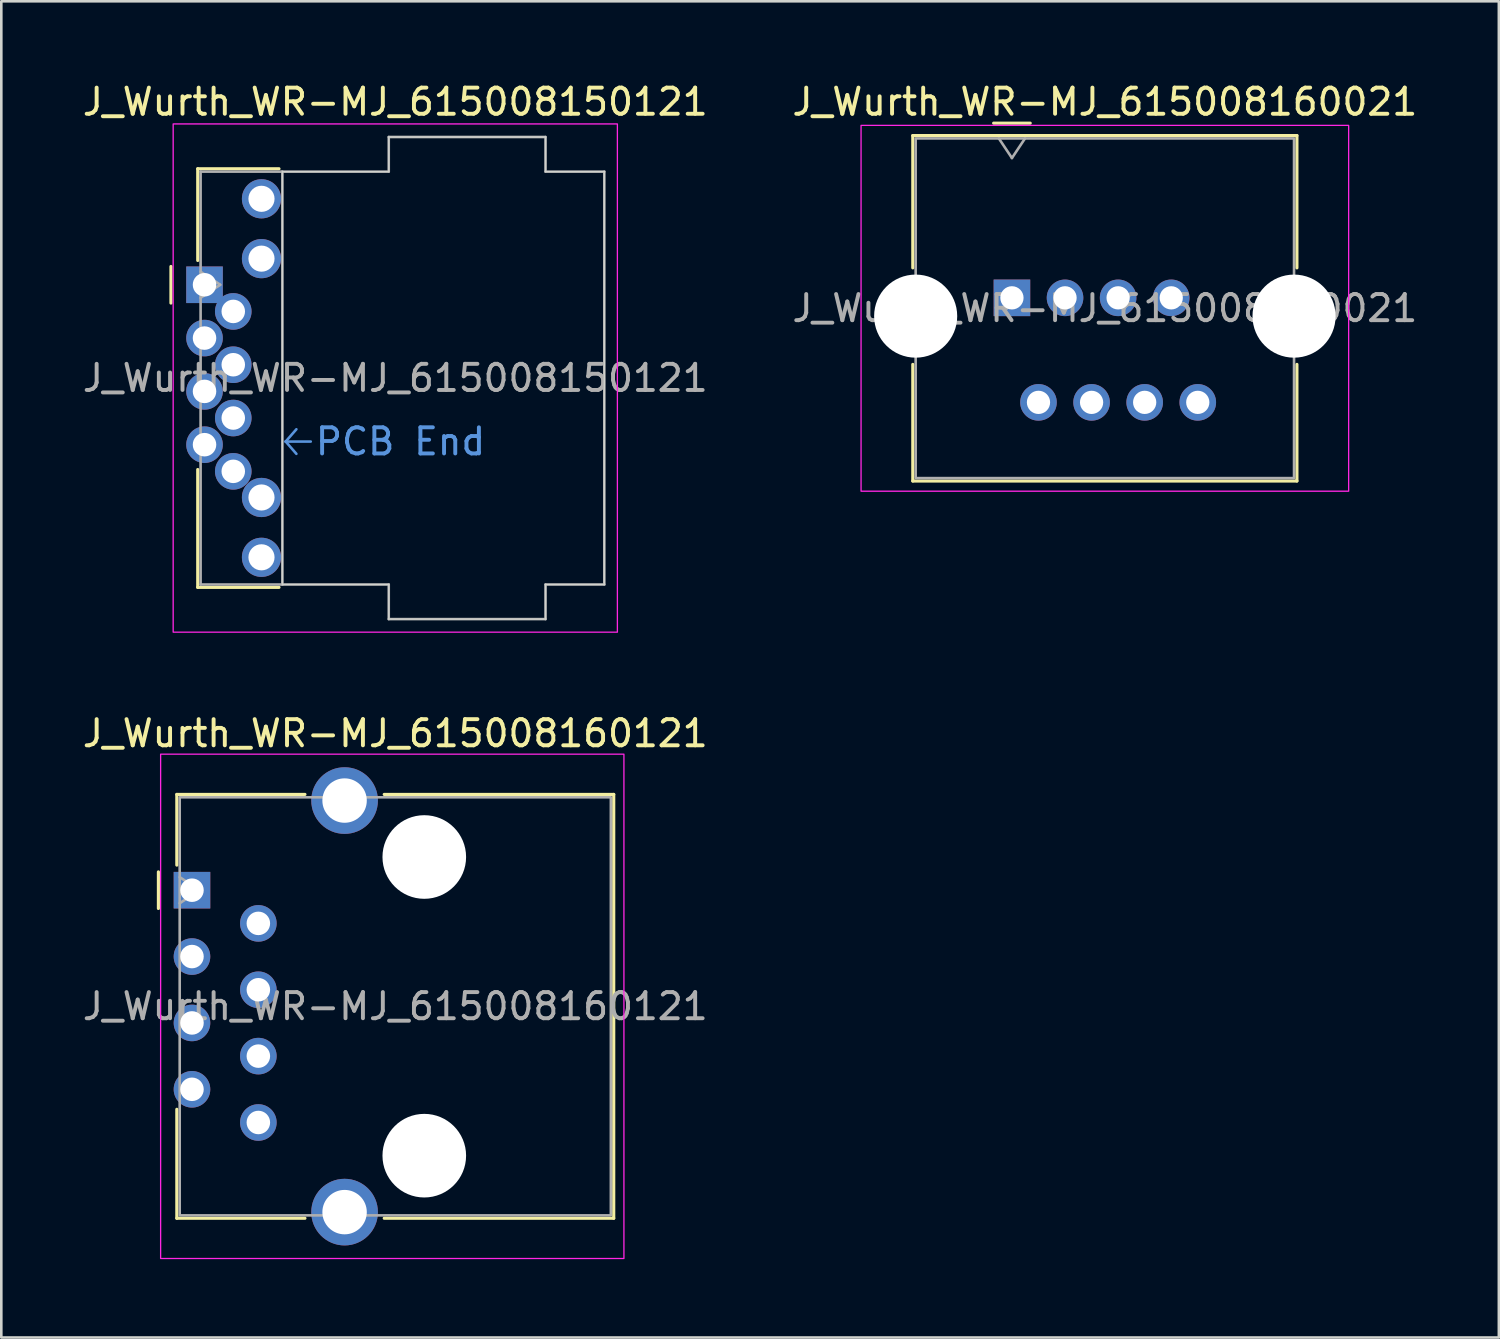
<source format=kicad_pcb>
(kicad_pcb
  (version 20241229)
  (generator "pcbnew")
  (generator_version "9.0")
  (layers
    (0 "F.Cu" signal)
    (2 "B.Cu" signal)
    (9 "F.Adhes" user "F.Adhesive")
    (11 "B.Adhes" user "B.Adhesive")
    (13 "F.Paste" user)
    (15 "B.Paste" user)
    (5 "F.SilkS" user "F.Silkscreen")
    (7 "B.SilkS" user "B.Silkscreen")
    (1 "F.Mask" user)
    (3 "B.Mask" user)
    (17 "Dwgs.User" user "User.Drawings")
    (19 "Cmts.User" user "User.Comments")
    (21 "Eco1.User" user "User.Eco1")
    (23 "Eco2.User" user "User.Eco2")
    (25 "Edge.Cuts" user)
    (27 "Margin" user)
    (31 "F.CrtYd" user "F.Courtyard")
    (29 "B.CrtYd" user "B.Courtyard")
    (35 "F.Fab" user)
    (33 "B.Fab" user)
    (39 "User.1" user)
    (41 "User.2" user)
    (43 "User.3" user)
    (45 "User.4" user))
  (footprint "J_Wurth_WR-MJ_615008160121"
    (layer "F.Cu")
    (at 4.297 31.017)
    (property "Reference" "J_Wurth_WR-MJ_615008160121" (at 7.78 -6 0) (unlocked yes) (layer "F.SilkS") (effects (font (size 1 1) (thickness 0.15))))
    (attr through_hole)
    (fp_line (start -1.285 -0.7) (end -1.285 0.7) (stroke (width 0.12) (type solid)) (layer "F.SilkS"))
    (fp_line (start -0.58 -0.96) (end -0.58 -3.665) (stroke (width 0.12) (type solid)) (layer "F.SilkS"))
    (fp_line (start -0.58 8.385) (end -0.58 12.555) (stroke (width 0.12) (type solid)) (layer "F.SilkS"))
    (fp_line (start 4.323 -3.665) (end -0.58 -3.665) (stroke (width 0.12) (type solid)) (layer "F.SilkS"))
    (fp_line (start 4.323 12.555) (end -0.58 12.555) (stroke (width 0.12) (type solid)) (layer "F.SilkS"))
    (fp_line (start 7.357 -3.665) (end 16.14 -3.665) (stroke (width 0.12) (type solid)) (layer "F.SilkS"))
    (fp_line (start 7.357 12.555) (end 16.14 12.555) (stroke (width 0.12) (type solid)) (layer "F.SilkS"))
    (fp_line (start 16.14 -3.665) (end 16.14 12.555) (stroke (width 0.12) (type solid)) (layer "F.SilkS"))
    (fp_rect (start -1.2 -5.205) (end 16.53 14.095) (stroke (width 0.05) (type solid)) (fill no) (layer "F.CrtYd"))
    (fp_line (start 0.28 0) (end -0.47 -0.5) (stroke (width 0.1) (type solid)) (layer "F.Fab"))
    (fp_line (start 0.28 0) (end -0.47 0.5) (stroke (width 0.1) (type solid)) (layer "F.Fab"))
    (fp_rect (start -0.47 -3.555) (end 16.03 12.445) (stroke (width 0.1) (type solid)) (fill no) (layer "F.Fab"))
    (fp_text user "${REFERENCE}" (at 7.78 4.445 0) (unlocked yes) (layer "F.Fab") (effects (font (size 1 1) (thickness 0.15))))
    (pad "" np_thru_hole circle (at 8.89 -1.27 90) (size 3.2 3.2) (drill 3.2) (layers "*.Cu" "*.Mask"))
    (pad "" np_thru_hole circle (at 8.89 10.16 90) (size 3.2 3.2) (drill 3.2) (layers "*.Cu" "*.Mask"))
    (pad "1" thru_hole rect (at 0 0 90) (size 1.4 1.4) (drill 0.9) (layers "*.Cu" "*.Mask"))
    (pad "2" thru_hole circle (at 2.54 1.27 90) (size 1.4 1.4) (drill 0.9) (layers "*.Cu" "*.Mask"))
    (pad "3" thru_hole circle (at 0 2.54 90) (size 1.4 1.4) (drill 0.9) (layers "*.Cu" "*.Mask"))
    (pad "4" thru_hole circle (at 2.54 3.81 90) (size 1.4 1.4) (drill 0.9) (layers "*.Cu" "*.Mask"))
    (pad "5" thru_hole circle (at 0 5.08 90) (size 1.4 1.4) (drill 0.9) (layers "*.Cu" "*.Mask"))
    (pad "6" thru_hole circle (at 2.54 6.35 90) (size 1.4 1.4) (drill 0.9) (layers "*.Cu" "*.Mask"))
    (pad "7" thru_hole circle (at 0 7.62 90) (size 1.4 1.4) (drill 0.9) (layers "*.Cu" "*.Mask"))
    (pad "8" thru_hole circle (at 2.54 8.89 90) (size 1.4 1.4) (drill 0.9) (layers "*.Cu" "*.Mask"))
    (pad "S1" thru_hole circle (at 5.84 12.32 90) (size 2.55 2.55) (drill 1.7) (layers "*.Cu" "*.Mask"))
    (pad "S2" thru_hole circle (at 5.84 -3.43 90) (size 2.55 2.55) (drill 1.7) (layers "*.Cu" "*.Mask")))
  (footprint "J_Wurth_WR-MJ_615008160021"
    (layer "F.Cu")
    (at 35.676 8.348)
    (property "Reference" "J_Wurth_WR-MJ_615008160021" (at 3.556 -7.5 0) (unlocked yes) (layer "F.SilkS") (effects (font (size 1 1) (thickness 0.15))))
    (attr through_hole)
    (fp_line (start -3.794 -1.147) (end -3.794 -6.21) (stroke (width 0.12) (type solid)) (layer "F.SilkS"))
    (fp_line (start -3.794 -6.21) (end 10.906 -6.21) (stroke (width 0.12) (type solid)) (layer "F.SilkS"))
    (fp_line (start -3.794 2.547) (end -3.794 7.01) (stroke (width 0.12) (type solid)) (layer "F.SilkS"))
    (fp_line (start 0.7 -6.685) (end -0.7 -6.685) (stroke (width 0.12) (type solid)) (layer "F.SilkS"))
    (fp_line (start 10.906 -1.147) (end 10.906 -6.21) (stroke (width 0.12) (type solid)) (layer "F.SilkS"))
    (fp_line (start 10.906 7.01) (end -3.794 7.01) (stroke (width 0.12) (type solid)) (layer "F.SilkS"))
    (fp_line (start 10.906 2.547) (end 10.906 7.01) (stroke (width 0.12) (type solid)) (layer "F.SilkS"))
    (fp_rect (start -5.774 -6.6) (end 12.886 7.4) (stroke (width 0.05) (type solid)) (fill no) (layer "F.CrtYd"))
    (fp_line (start 0 -5.35) (end -0.5 -6.1) (stroke (width 0.1) (type solid)) (layer "F.Fab"))
    (fp_line (start 0 -5.35) (end 0.5 -6.1) (stroke (width 0.1) (type solid)) (layer "F.Fab"))
    (fp_rect (start -3.684 -6.1) (end 10.796 6.9) (stroke (width 0.1) (type solid)) (fill no) (layer "F.Fab"))
    (fp_text user "${REFERENCE}" (at 3.556 0.4 0) (unlocked yes) (layer "F.Fab") (effects (font (size 1 1) (thickness 0.15))))
    (pad "" np_thru_hole circle (at -3.684 0.7 180) (size 3.18 3.18) (drill 3.18) (layers "*.Cu" "*.Mask"))
    (pad "" np_thru_hole circle (at 10.796 0.7 180) (size 3.18 3.18) (drill 3.18) (layers "*.Cu" "*.Mask"))
    (pad "1" thru_hole rect (at 0 0 180) (size 1.4 1.4) (drill 0.89) (layers "*.Cu" "*.Mask"))
    (pad "2" thru_hole circle (at 1.016 4 180) (size 1.4 1.4) (drill 0.89) (layers "*.Cu" "*.Mask"))
    (pad "3" thru_hole circle (at 2.032 0 180) (size 1.4 1.4) (drill 0.89) (layers "*.Cu" "*.Mask"))
    (pad "4" thru_hole circle (at 3.048 4 180) (size 1.4 1.4) (drill 0.89) (layers "*.Cu" "*.Mask"))
    (pad "5" thru_hole circle (at 4.064 0 180) (size 1.4 1.4) (drill 0.89) (layers "*.Cu" "*.Mask"))
    (pad "6" thru_hole circle (at 5.08 4 180) (size 1.4 1.4) (drill 0.89) (layers "*.Cu" "*.Mask"))
    (pad "7" thru_hole circle (at 6.096 0 180) (size 1.4 1.4) (drill 0.89) (layers "*.Cu" "*.Mask"))
    (pad "8" thru_hole circle (at 7.112 4 180) (size 1.4 1.4) (drill 0.89) (layers "*.Cu" "*.Mask")))
  (footprint "J_Wurth_WR-MJ_615008150121"
    (layer "F.Cu")
    (at 4.777 7.848)
    (property "Reference" "J_Wurth_WR-MJ_615008150121" (at 7.3 -7 0) (unlocked yes) (layer "F.SilkS") (effects (font (size 1 1) (thickness 0.15))))
    (attr through_hole)
    (fp_line (start -1.285 -0.7) (end -1.285 0.7) (stroke (width 0.12) (type solid)) (layer "F.SilkS"))
    (fp_line (start -0.26 -0.93) (end -0.26 -4.44) (stroke (width 0.12) (type solid)) (layer "F.SilkS"))
    (fp_line (start -0.26 7.07) (end -0.26 11.58) (stroke (width 0.12) (type solid)) (layer "F.SilkS"))
    (fp_line (start 2.85 -4.44) (end -0.26 -4.44) (stroke (width 0.12) (type solid)) (layer "F.SilkS"))
    (fp_line (start 2.85 11.58) (end -0.26 11.58) (stroke (width 0.12) (type solid)) (layer "F.SilkS"))
    (fp_line (start 3.105 6) (end 3.515 5.53) (stroke (width 0.1) (type solid)) (layer "Cmts.User"))
    (fp_line (start 3.105 6) (end 3.515 6.47) (stroke (width 0.1) (type solid)) (layer "Cmts.User"))
    (fp_line (start 3.105 6) (end 4.065 6) (stroke (width 0.1) (type solid)) (layer "Cmts.User"))
    (fp_line (start 2.98 11.47) (end 2.98 -4.33) (stroke (width 0.05) (type solid)) (layer "Edge.Cuts"))
    (fp_line (start 7.05 -5.655) (end 7.05 -4.33) (stroke (width 0.05) (type solid)) (layer "Edge.Cuts"))
    (fp_line (start 7.05 -4.33) (end 2.98 -4.33) (stroke (width 0.05) (type solid)) (layer "Edge.Cuts"))
    (fp_line (start 7.05 11.47) (end 2.98 11.47) (stroke (width 0.05) (type solid)) (layer "Edge.Cuts"))
    (fp_line (start 7.05 11.47) (end 7.05 12.795) (stroke (width 0.05) (type solid)) (layer "Edge.Cuts"))
    (fp_line (start 7.05 12.795) (end 13.05 12.795) (stroke (width 0.05) (type solid)) (layer "Edge.Cuts"))
    (fp_line (start 13.05 -5.655) (end 7.05 -5.655) (stroke (width 0.05) (type solid)) (layer "Edge.Cuts"))
    (fp_line (start 13.05 -4.33) (end 13.05 -5.655) (stroke (width 0.05) (type solid)) (layer "Edge.Cuts"))
    (fp_line (start 13.05 12.795) (end 13.05 11.47) (stroke (width 0.05) (type solid)) (layer "Edge.Cuts"))
    (fp_line (start 15.3 -4.33) (end 13.05 -4.33) (stroke (width 0.05) (type solid)) (layer "Edge.Cuts"))
    (fp_line (start 15.3 -4.33) (end 15.3 11.47) (stroke (width 0.05) (type default)) (layer "Edge.Cuts"))
    (fp_line (start 15.3 11.47) (end 13.05 11.47) (stroke (width 0.05) (type solid)) (layer "Edge.Cuts"))
    (fp_rect (start -1.2 -6.155) (end 15.8 13.295) (stroke (width 0.05) (type solid)) (fill no) (layer "F.CrtYd"))
    (fp_line (start -0.15 11.47) (end -0.15 -4.33) (stroke (width 0.1) (type solid)) (layer "F.Fab"))
    (fp_line (start -0.15 11.47) (end 2.98 11.47) (stroke (width 0.1) (type solid)) (layer "F.Fab"))
    (fp_line (start 0.6 0) (end -0.15 -0.5) (stroke (width 0.1) (type solid)) (layer "F.Fab"))
    (fp_line (start 0.6 0) (end -0.15 0.5) (stroke (width 0.1) (type solid)) (layer "F.Fab"))
    (fp_line (start 2.95 -4.33) (end -0.15 -4.33) (stroke (width 0.1) (type solid)) (layer "F.Fab"))
    (fp_line (start 2.98 11.47) (end 2.98 -4.33) (stroke (width 0.1) (type solid)) (layer "F.Fab"))
    (fp_line (start 7.05 -5.655) (end 7.05 -4.33) (stroke (width 0.1) (type solid)) (layer "F.Fab"))
    (fp_line (start 7.05 -4.33) (end 2.98 -4.33) (stroke (width 0.1) (type solid)) (layer "F.Fab"))
    (fp_line (start 7.05 11.47) (end 2.98 11.47) (stroke (width 0.1) (type solid)) (layer "F.Fab"))
    (fp_line (start 7.05 11.47) (end 7.05 12.795) (stroke (width 0.1) (type solid)) (layer "F.Fab"))
    (fp_line (start 7.05 12.795) (end 13.05 12.795) (stroke (width 0.1) (type solid)) (layer "F.Fab"))
    (fp_line (start 13.05 -5.655) (end 7.05 -5.655) (stroke (width 0.1) (type solid)) (layer "F.Fab"))
    (fp_line (start 13.05 -4.33) (end 13.05 -5.655) (stroke (width 0.1) (type solid)) (layer "F.Fab"))
    (fp_line (start 13.05 12.795) (end 13.05 11.47) (stroke (width 0.1) (type solid)) (layer "F.Fab"))
    (fp_line (start 15.3 -4.33) (end 13.05 -4.33) (stroke (width 0.1) (type solid)) (layer "F.Fab"))
    (fp_line (start 15.3 11.47) (end 13.05 11.47) (stroke (width 0.1) (type solid)) (layer "F.Fab"))
    (fp_line (start 15.3 11.47) (end 15.3 -4.33) (stroke (width 0.1) (type solid)) (layer "F.Fab"))
    (fp_text user "PCB End" (at 7.5 6 0) (unlocked yes) (layer "Cmts.User") (effects (font (size 1 1) (thickness 0.15))))
    (fp_text user "${REFERENCE}" (at 7.3 3.57 0) (unlocked yes) (layer "F.Fab") (effects (font (size 1 1) (thickness 0.15))))
    (pad "1" thru_hole rect (at 0 0 90) (size 1.4 1.4) (drill 0.9) (layers "*.Cu" "*.Mask"))
    (pad "2" thru_hole circle (at 1.1 1.02 90) (size 1.4 1.4) (drill 0.9) (layers "*.Cu" "*.Mask"))
    (pad "3" thru_hole circle (at 0 2.04 90) (size 1.4 1.4) (drill 0.9) (layers "*.Cu" "*.Mask"))
    (pad "4" thru_hole circle (at 1.1 3.06 90) (size 1.4 1.4) (drill 0.9) (layers "*.Cu" "*.Mask"))
    (pad "5" thru_hole circle (at 0 4.08 90) (size 1.4 1.4) (drill 0.9) (layers "*.Cu" "*.Mask"))
    (pad "6" thru_hole circle (at 1.1 5.1 90) (size 1.4 1.4) (drill 0.9) (layers "*.Cu" "*.Mask"))
    (pad "7" thru_hole circle (at 0 6.12 90) (size 1.4 1.4) (drill 0.9) (layers "*.Cu" "*.Mask"))
    (pad "8" thru_hole circle (at 1.1 7.14 90) (size 1.4 1.4) (drill 0.9) (layers "*.Cu" "*.Mask"))
    (pad "9" thru_hole circle (at 2.18 -3.29 90) (size 1.5 1.5) (drill 1) (layers "*.Cu" "*.Mask"))
    (pad "10" thru_hole circle (at 2.18 -1 90) (size 1.5 1.5) (drill 1) (layers "*.Cu" "*.Mask"))
    (pad "11" thru_hole circle (at 2.18 8.14 90) (size 1.5 1.5) (drill 1) (layers "*.Cu" "*.Mask"))
    (pad "12" thru_hole circle (at 2.18 10.43 90) (size 1.5 1.5) (drill 1) (layers "*.Cu" "*.Mask")))
  (gr_rect
    (start -3 -3)
    (end 54.31 48.136)
    (stroke (width 0.1) (type default))
    (fill no)
    (layer "Edge.Cuts")))
</source>
